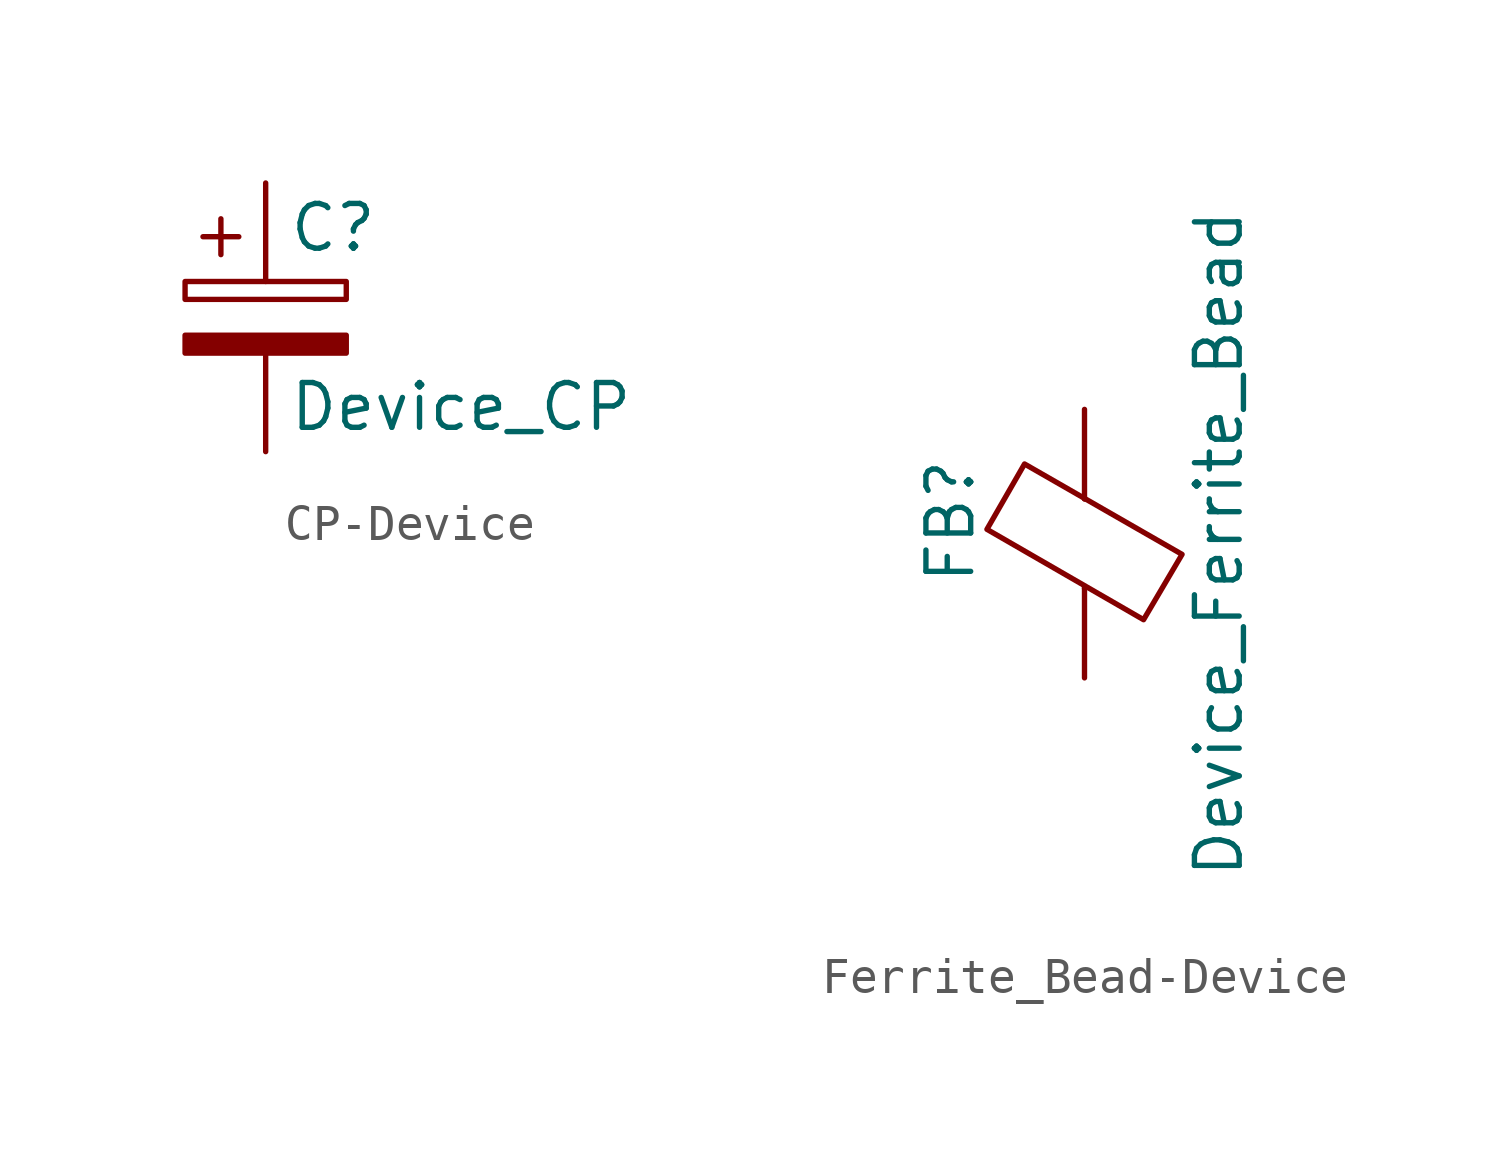
<source format=kicad_sym>
(kicad_symbol_lib
  (version 20220914)
  (generator kicad_symbol_editor)
  (symbol "CP-Device"
    (pin_numbers hide)
    (pin_names
      (offset 0.254))
    (property "Reference" "C"
      (at 0.635 2.54 0)
      (effects (font (size 1.27 1.27)) (justify left)))
    (property "Value" "Device_CP"
      (at 0.635 -2.54 0)
      (effects (font (size 1.27 1.27)) (justify left)))
    (symbol "CP-Device_0_1"
      (rectangle (start -2.286 0.508) (end 2.286 1.016) (stroke (width 0) (type solid)) (fill (type none)))
      (polyline (pts (xy -1.778 2.286) (xy -0.762 2.286)) (stroke (width 0) (type solid)) (fill (type none)))
      (polyline (pts (xy -1.27 2.794) (xy -1.27 1.778)) (stroke (width 0) (type solid)) (fill (type none)))
      (rectangle (start 2.286 -0.508) (end -2.286 -1.016) (stroke (width 0) (type solid)) (fill (type outline))))
    (symbol "CP-Device_1_1"
      (pin passive line (at 0 3.81 270) (length 2.794) (name "~" (effects (font (size 1.27 1.27)))) (number "1" (effects (font (size 1.27 1.27)))))
      (pin passive line (at 0 -3.81 90) (length 2.794) (name "~" (effects (font (size 1.27 1.27)))) (number "2" (effects (font (size 1.27 1.27)))))))
  (symbol "Ferrite_Bead-Device"
    (pin_numbers hide)
    (pin_names
      (offset 0))
    (property "Reference" "FB"
      (at -3.81 0.635 90)
      (effects (font (size 1.27 1.27))))
    (property "Value" "Device_Ferrite_Bead"
      (at 3.81 0 90)
      (effects (font (size 1.27 1.27))))
    (symbol "Ferrite_Bead-Device_0_1"
      (polyline (pts (xy 0 -1.27) (xy 0 -1.219)) (stroke (width 0) (type solid)) (fill (type none)))
      (polyline (pts (xy 0 1.27) (xy 0 1.295)) (stroke (width 0) (type solid)) (fill (type none)))
      (polyline (pts (xy -2.769 0.406) (xy -1.702 2.261) (xy 2.769 -0.305) (xy 1.676 -2.159) (xy -2.769 0.406)) (stroke (width 0) (type solid)) (fill (type none))))
    (symbol "Ferrite_Bead-Device_1_1"
      (pin passive line (at 0 3.81 270) (length 2.54) (name "~" (effects (font (size 1.27 1.27)))) (number "1" (effects (font (size 1.27 1.27)))))
      (pin passive line (at 0 -3.81 90) (length 2.54) (name "~" (effects (font (size 1.27 1.27)))) (number "2" (effects (font (size 1.27 1.27))))))))
</source>
